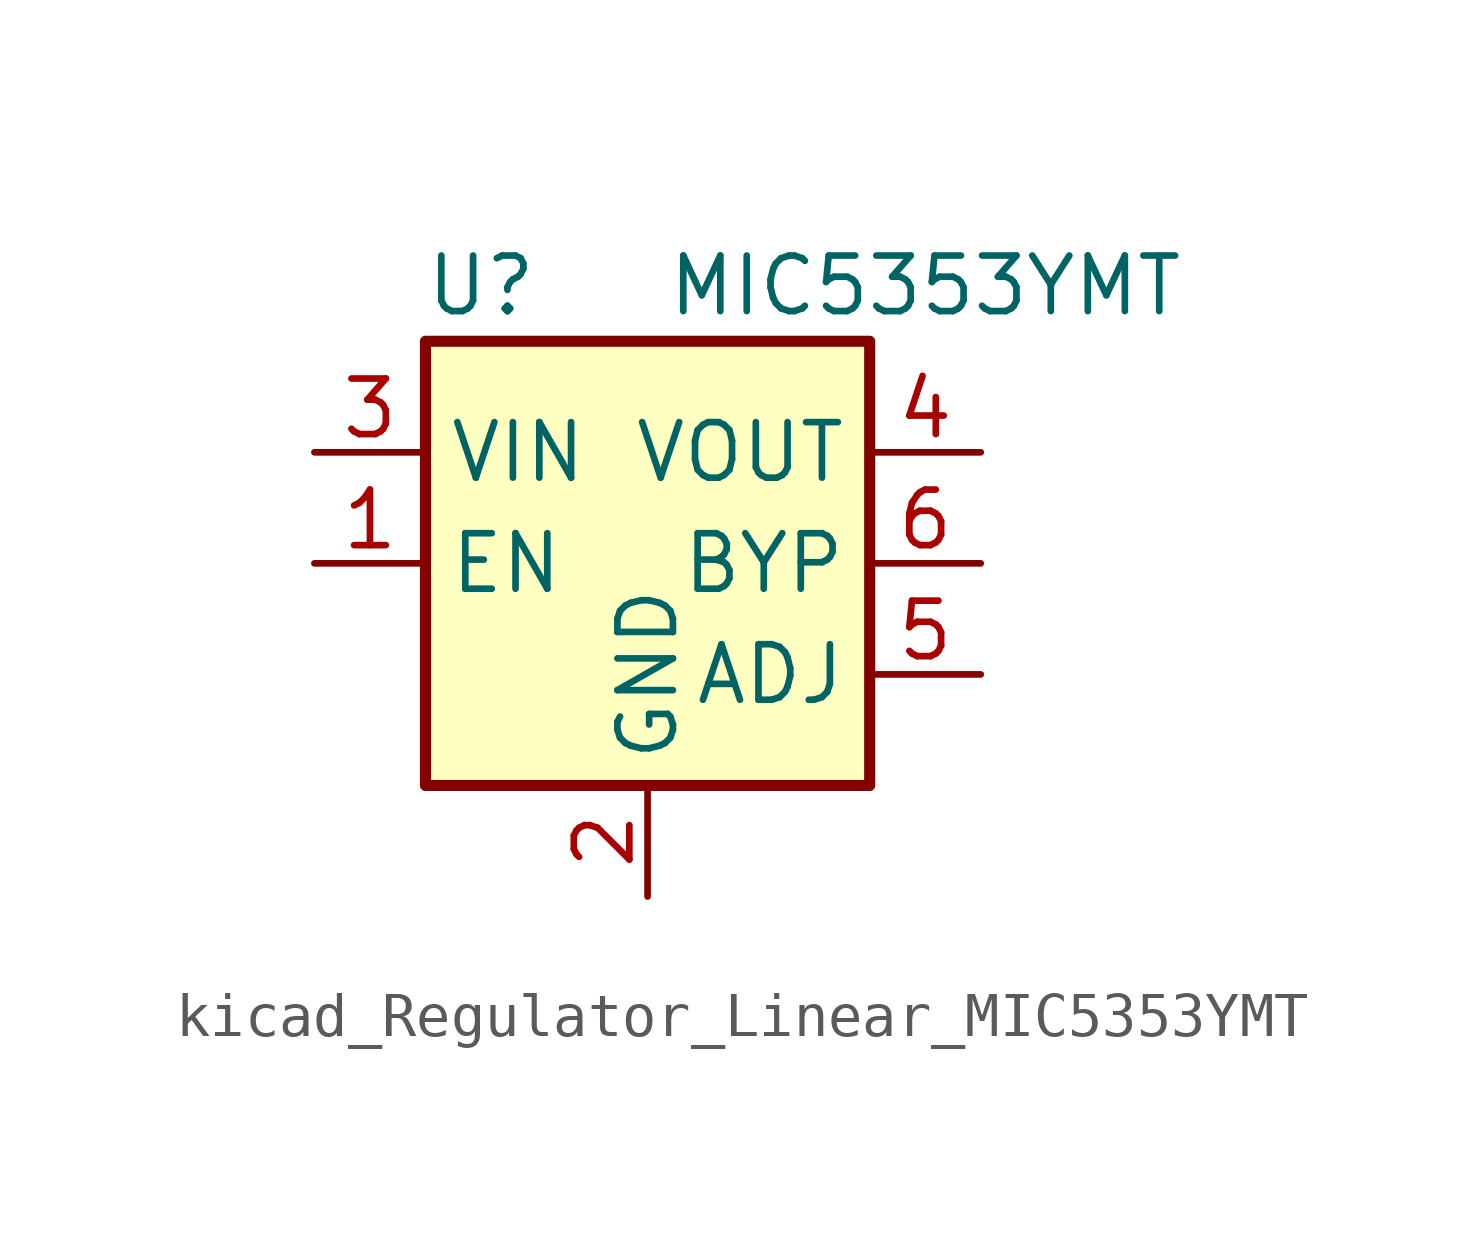
<source format=kicad_sym>
(kicad_symbol_lib
  (version 20220914)
  (generator kicad_symbol_editor)
  (symbol "kicad_Regulator_Linear_MIC5353YMT"
    (property "Reference" "U"
      (at -3.81 6.35 0)
      (effects (font (size 1.27 1.27))))
    (property "Value" "MIC5353YMT"
      (at 6.35 6.35 0)
      (effects (font (size 1.27 1.27))))
    (symbol "kicad_Regulator_Linear_MIC5353YMT_0_1"
      (rectangle (start -5.08 -5.08) (end 5.08 5.08) (stroke (width 0.254) (type default)) (fill (type background)))
      (pin input line (at -7.62 0 0) (length 2.54) (name "EN" (effects (font (size 1.27 1.27)))) (number "1" (effects (font (size 1.27 1.27)))))
      (pin power_in line (at 0 -7.62 90) (length 2.54) (name "GND" (effects (font (size 1.27 1.27)))) (number "2" (effects (font (size 1.27 1.27)))))
      (pin power_in line (at -7.62 2.54 0) (length 2.54) (name "VIN" (effects (font (size 1.27 1.27)))) (number "3" (effects (font (size 1.27 1.27)))))
      (pin power_out line (at 7.62 2.54 180) (length 2.54) (name "VOUT" (effects (font (size 1.27 1.27)))) (number "4" (effects (font (size 1.27 1.27)))))
      (pin input line (at 7.62 -2.54 180) (length 2.54) (name "ADJ" (effects (font (size 1.27 1.27)))) (number "5" (effects (font (size 1.27 1.27)))))
      (pin passive line (at 7.62 0 180) (length 2.54) (name "BYP" (effects (font (size 1.27 1.27)))) (number "6" (effects (font (size 1.27 1.27)))))
      (pin passive line (at 0 -7.62 90) (length 2.54) hide (name "GND" (effects (font (size 1.27 1.27)))) (number "7" (effects (font (size 1.27 1.27))))))))
</source>
